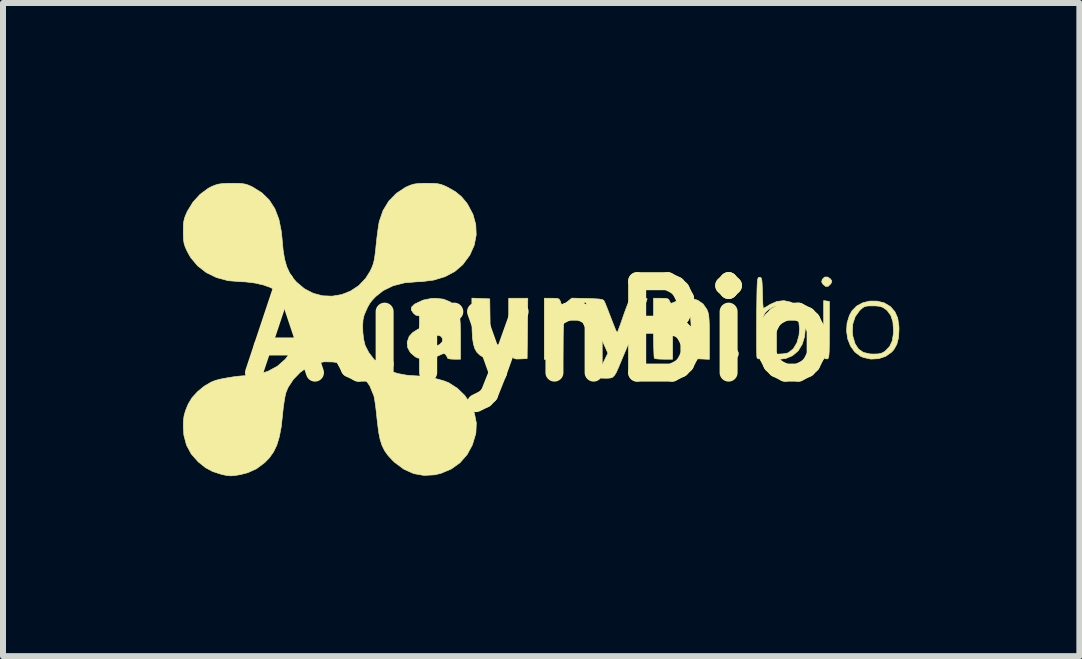
<source format=kicad_pcb>
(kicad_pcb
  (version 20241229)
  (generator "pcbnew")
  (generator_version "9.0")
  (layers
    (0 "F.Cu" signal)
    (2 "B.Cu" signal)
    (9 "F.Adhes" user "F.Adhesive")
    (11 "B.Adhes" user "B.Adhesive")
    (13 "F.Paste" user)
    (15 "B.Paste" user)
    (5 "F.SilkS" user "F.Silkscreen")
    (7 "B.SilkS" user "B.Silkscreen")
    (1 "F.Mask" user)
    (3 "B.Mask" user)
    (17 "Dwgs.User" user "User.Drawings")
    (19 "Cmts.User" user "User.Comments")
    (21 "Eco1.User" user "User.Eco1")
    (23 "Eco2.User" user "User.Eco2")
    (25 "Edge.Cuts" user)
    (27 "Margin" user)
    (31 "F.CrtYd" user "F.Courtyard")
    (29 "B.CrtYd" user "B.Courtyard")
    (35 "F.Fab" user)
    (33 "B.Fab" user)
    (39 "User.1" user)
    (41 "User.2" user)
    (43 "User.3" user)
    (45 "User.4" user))
  (footprint "AurynBio"
    (layer "F.Cu")
    (at 5.937 2.471)
    (property "Reference" "AurynBio" (at 0 0 0) (layer "F.SilkS") (effects (font (size 1.524 1.524) (thickness 0.3))))
    (attr through_hole)
    (fp_poly (pts (xy 4.854 -0.872) (xy 4.877 -0.84) (xy 4.871 -0.81) (xy 4.856 -0.787) (xy 4.814 -0.747) (xy 4.771 -0.749) (xy 4.732 -0.781) (xy 4.708 -0.821) (xy 4.717 -0.862) (xy 4.719 -0.866) (xy 4.758 -0.904) (xy 4.808 -0.904) (xy 4.854 -0.872)) (stroke (width 0.01) (type solid)) (fill yes) (layer "F.SilkS"))
    (fp_poly (pts (xy 3.264 0.3) (xy 3.304 0.322) (xy 3.32 0.363) (xy 3.314 0.41) (xy 3.287 0.449) (xy 3.242 0.466) (xy 3.24 0.466) (xy 3.194 0.451) (xy 3.179 0.44) (xy 3.155 0.393) (xy 3.164 0.346) (xy 3.2 0.31) (xy 3.255 0.299) (xy 3.264 0.3)) (stroke (width 0.01) (type solid)) (fill yes) (layer "F.SilkS"))
    (fp_poly (pts (xy 4.789 -0.504) (xy 4.837 -0.497) (xy 4.837 -0.021) (xy 4.836 0.134) (xy 4.835 0.253) (xy 4.833 0.339) (xy 4.829 0.398) (xy 4.823 0.434) (xy 4.815 0.454) (xy 4.804 0.461) (xy 4.804 0.461) (xy 4.766 0.458) (xy 4.756 0.452) (xy 4.752 0.428) (xy 4.748 0.367) (xy 4.745 0.276) (xy 4.743 0.162) (xy 4.741 0.031) (xy 4.741 -0.037) (xy 4.741 -0.511) (xy 4.789 -0.504)) (stroke (width 0.01) (type solid)) (fill yes) (layer "F.SilkS"))
    (fp_poly (pts (xy -0.824 -0.54) (xy -0.819 -0.186) (xy -0.817 -0.055) (xy -0.815 0.04) (xy -0.81 0.106) (xy -0.804 0.149) (xy -0.794 0.176) (xy -0.781 0.193) (xy -0.773 0.2) (xy -0.705 0.227) (xy -0.625 0.227) (xy -0.555 0.2) (xy -0.538 0.186) (xy -0.525 0.168) (xy -0.517 0.14) (xy -0.512 0.094) (xy -0.509 0.025) (xy -0.508 -0.075) (xy -0.508 -0.192) (xy -0.508 -0.55) (xy -0.19 -0.55) (xy -0.195 -0.048) (xy -0.201 0.455) (xy -0.311 0.461) (xy -0.38 0.463) (xy -0.42 0.453) (xy -0.445 0.43) (xy -0.449 0.424) (xy -0.479 0.396) (xy -0.516 0.381) (xy -0.544 0.384) (xy -0.55 0.398) (xy -0.57 0.424) (xy -0.62 0.443) (xy -0.69 0.456) (xy -0.77 0.46) (xy -0.848 0.455) (xy -0.913 0.441) (xy -0.933 0.432) (xy -0.993 0.394) (xy -1.039 0.349) (xy -1.073 0.29) (xy -1.097 0.211) (xy -1.112 0.108) (xy -1.119 -0.026) (xy -1.122 -0.196) (xy -1.122 -0.197) (xy -1.122 -0.552) (xy -0.824 -0.54)) (stroke (width 0.01) (type solid)) (fill yes) (layer "F.SilkS"))
    (fp_poly (pts (xy 2.103 -0.548) (xy 2.144 -0.54) (xy 2.164 -0.522) (xy 2.17 -0.508) (xy 2.187 -0.474) (xy 2.199 -0.466) (xy 2.226 -0.474) (xy 2.276 -0.496) (xy 2.302 -0.508) (xy 2.419 -0.545) (xy 2.535 -0.548) (xy 2.642 -0.517) (xy 2.73 -0.456) (xy 2.793 -0.367) (xy 2.809 -0.329) (xy 2.821 -0.288) (xy 2.828 -0.237) (xy 2.833 -0.167) (xy 2.836 -0.072) (xy 2.836 0.056) (xy 2.836 0.096) (xy 2.836 0.468) (xy 2.687 0.461) (xy 2.538 0.455) (xy 2.534 0.099) (xy 2.532 -0.032) (xy 2.53 -0.127) (xy 2.526 -0.193) (xy 2.519 -0.237) (xy 2.51 -0.265) (xy 2.496 -0.284) (xy 2.479 -0.298) (xy 2.424 -0.331) (xy 2.37 -0.333) (xy 2.304 -0.304) (xy 2.291 -0.297) (xy 2.223 -0.255) (xy 2.223 0.466) (xy 2.078 0.466) (xy 2.003 0.464) (xy 1.946 0.459) (xy 1.919 0.452) (xy 1.919 0.452) (xy 1.915 0.427) (xy 1.912 0.367) (xy 1.909 0.276) (xy 1.906 0.161) (xy 1.905 0.029) (xy 1.905 -0.056) (xy 1.905 -0.55) (xy 2.031 -0.55) (xy 2.103 -0.548)) (stroke (width 0.01) (type solid)) (fill yes) (layer "F.SilkS"))
    (fp_poly (pts (xy 5.633 -0.502) (xy 5.75 -0.473) (xy 5.851 -0.413) (xy 5.856 -0.409) (xy 5.929 -0.325) (xy 5.975 -0.221) (xy 5.995 -0.091) (xy 5.997 -0.032) (xy 5.989 0.107) (xy 5.961 0.216) (xy 5.912 0.304) (xy 5.873 0.348) (xy 5.775 0.418) (xy 5.657 0.457) (xy 5.53 0.464) (xy 5.404 0.437) (xy 5.355 0.416) (xy 5.26 0.345) (xy 5.189 0.246) (xy 5.142 0.128) (xy 5.126 0.018) (xy 5.219 0.018) (xy 5.228 0.085) (xy 5.265 0.209) (xy 5.322 0.297) (xy 5.404 0.353) (xy 5.513 0.378) (xy 5.565 0.38) (xy 5.647 0.378) (xy 5.705 0.366) (xy 5.753 0.341) (xy 5.771 0.327) (xy 5.841 0.254) (xy 5.885 0.159) (xy 5.904 0.035) (xy 5.905 -0.021) (xy 5.895 -0.157) (xy 5.861 -0.262) (xy 5.802 -0.343) (xy 5.771 -0.369) (xy 5.724 -0.4) (xy 5.673 -0.416) (xy 5.604 -0.423) (xy 5.56 -0.423) (xy 5.482 -0.422) (xy 5.432 -0.414) (xy 5.393 -0.393) (xy 5.35 -0.354) (xy 5.338 -0.342) (xy 5.266 -0.242) (xy 5.226 -0.119) (xy 5.219 0.018) (xy 5.126 0.018) (xy 5.123 -0.002) (xy 5.131 -0.135) (xy 5.17 -0.262) (xy 5.212 -0.339) (xy 5.291 -0.42) (xy 5.394 -0.475) (xy 5.511 -0.503) (xy 5.633 -0.502)) (stroke (width 0.01) (type solid)) (fill yes) (layer "F.SilkS"))
    (fp_poly (pts (xy -1.595 -0.535) (xy -1.485 -0.49) (xy -1.401 -0.412) (xy -1.345 -0.313) (xy -1.332 -0.269) (xy -1.322 -0.21) (xy -1.316 -0.126) (xy -1.313 -0.013) (xy -1.312 0.116) (xy -1.312 0.466) (xy -1.418 0.466) (xy -1.479 0.463) (xy -1.517 0.455) (xy -1.525 0.45) (xy -1.537 0.422) (xy -1.554 0.396) (xy -1.573 0.376) (xy -1.595 0.372) (xy -1.633 0.386) (xy -1.688 0.412) (xy -1.806 0.454) (xy -1.922 0.465) (xy -2.026 0.445) (xy -2.067 0.425) (xy -2.148 0.355) (xy -2.193 0.271) (xy -2.198 0.207) (xy -1.91 0.207) (xy -1.875 0.246) (xy -1.815 0.262) (xy -1.741 0.255) (xy -1.664 0.224) (xy -1.655 0.218) (xy -1.616 0.176) (xy -1.61 0.128) (xy -1.633 0.087) (xy -1.68 0.067) (xy -1.751 0.071) (xy -1.82 0.093) (xy -1.876 0.128) (xy -1.909 0.169) (xy -1.91 0.207) (xy -2.198 0.207) (xy -2.2 0.18) (xy -2.167 0.086) (xy -2.167 0.086) (xy -2.108 0.021) (xy -2.018 -0.035) (xy -1.907 -0.077) (xy -1.787 -0.102) (xy -1.719 -0.106) (xy -1.65 -0.114) (xy -1.615 -0.142) (xy -1.612 -0.195) (xy -1.618 -0.224) (xy -1.651 -0.277) (xy -1.699 -0.306) (xy -1.745 -0.321) (xy -1.788 -0.321) (xy -1.845 -0.305) (xy -1.873 -0.294) (xy -1.957 -0.266) (xy -2.014 -0.257) (xy -2.056 -0.267) (xy -2.093 -0.298) (xy -2.095 -0.3) (xy -2.132 -0.355) (xy -2.128 -0.402) (xy -2.084 -0.446) (xy -2.069 -0.456) (xy -1.935 -0.519) (xy -1.796 -0.547) (xy -1.733 -0.55) (xy -1.595 -0.535)) (stroke (width 0.01) (type solid)) (fill yes) (layer "F.SilkS"))
    (fp_poly (pts (xy 3.69 -0.897) (xy 3.702 -0.884) (xy 3.71 -0.855) (xy 3.715 -0.802) (xy 3.719 -0.718) (xy 3.721 -0.64) (xy 3.724 -0.541) (xy 3.727 -0.459) (xy 3.732 -0.403) (xy 3.736 -0.381) (xy 3.736 -0.381) (xy 3.757 -0.391) (xy 3.803 -0.418) (xy 3.845 -0.445) (xy 3.962 -0.497) (xy 4.079 -0.51) (xy 4.19 -0.486) (xy 4.288 -0.426) (xy 4.366 -0.333) (xy 4.38 -0.308) (xy 4.423 -0.185) (xy 4.436 -0.049) (xy 4.423 0.09) (xy 4.383 0.218) (xy 4.318 0.324) (xy 4.314 0.329) (xy 4.222 0.407) (xy 4.114 0.453) (xy 4 0.468) (xy 3.891 0.447) (xy 3.823 0.413) (xy 3.762 0.375) (xy 3.726 0.363) (xy 3.707 0.377) (xy 3.7 0.406) (xy 3.684 0.446) (xy 3.657 0.462) (xy 3.633 0.447) (xy 3.63 0.441) (xy 3.627 0.413) (xy 3.625 0.349) (xy 3.624 0.272) (xy 3.725 0.272) (xy 3.794 0.326) (xy 3.846 0.36) (xy 3.903 0.376) (xy 3.984 0.381) (xy 3.986 0.381) (xy 4.062 0.377) (xy 4.127 0.366) (xy 4.155 0.357) (xy 4.237 0.29) (xy 4.296 0.191) (xy 4.331 0.065) (xy 4.339 -0.046) (xy 4.323 -0.189) (xy 4.276 -0.303) (xy 4.231 -0.359) (xy 4.189 -0.396) (xy 4.148 -0.415) (xy 4.091 -0.422) (xy 4.039 -0.423) (xy 3.95 -0.418) (xy 3.886 -0.4) (xy 3.845 -0.376) (xy 3.798 -0.342) (xy 3.766 -0.309) (xy 3.745 -0.27) (xy 3.733 -0.215) (xy 3.728 -0.138) (xy 3.726 -0.028) (xy 3.726 0.004) (xy 3.725 0.272) (xy 3.624 0.272) (xy 3.624 0.253) (xy 3.623 0.13) (xy 3.623 -0.013) (xy 3.624 -0.171) (xy 3.624 -0.244) (xy 3.626 -0.427) (xy 3.628 -0.573) (xy 3.63 -0.685) (xy 3.633 -0.768) (xy 3.636 -0.827) (xy 3.641 -0.864) (xy 3.648 -0.886) (xy 3.656 -0.896) (xy 3.667 -0.899) (xy 3.672 -0.9) (xy 3.69 -0.897)) (stroke (width 0.01) (type solid)) (fill yes) (layer "F.SilkS"))
    (fp_poly (pts (xy 1.771 -0.55) (xy 1.798 -0.542) (xy 1.799 -0.54) (xy 1.791 -0.516) (xy 1.771 -0.462) (xy 1.74 -0.387) (xy 1.704 -0.3) (xy 1.666 -0.209) (xy 1.63 -0.123) (xy 1.598 -0.052) (xy 1.596 -0.047) (xy 1.569 0.015) (xy 1.55 0.059) (xy 1.545 0.074) (xy 1.537 0.097) (xy 1.516 0.146) (xy 1.494 0.195) (xy 1.463 0.267) (xy 1.423 0.361) (xy 1.381 0.461) (xy 1.366 0.497) (xy 1.32 0.608) (xy 1.285 0.686) (xy 1.254 0.737) (xy 1.224 0.766) (xy 1.187 0.779) (xy 1.139 0.783) (xy 1.101 0.783) (xy 1.033 0.781) (xy 0.984 0.774) (xy 0.967 0.767) (xy 0.972 0.743) (xy 0.992 0.689) (xy 1.024 0.616) (xy 1.051 0.558) (xy 1.145 0.365) (xy 1.089 0.241) (xy 1.067 0.192) (xy 1.048 0.151) (xy 1.03 0.11) (xy 1.008 0.062) (xy 0.98 -0.001) (xy 0.942 -0.086) (xy 0.891 -0.202) (xy 0.88 -0.228) (xy 0.841 -0.317) (xy 0.81 -0.392) (xy 0.789 -0.445) (xy 0.783 -0.466) (xy 0.767 -0.486) (xy 0.762 -0.487) (xy 0.742 -0.467) (xy 0.725 -0.407) (xy 0.715 -0.34) (xy 0.706 -0.31) (xy 0.681 -0.29) (xy 0.63 -0.274) (xy 0.587 -0.265) (xy 0.491 -0.235) (xy 0.428 -0.192) (xy 0.402 -0.139) (xy 0.402 -0.138) (xy 0.401 -0.11) (xy 0.4 -0.048) (xy 0.398 0.039) (xy 0.396 0.143) (xy 0.396 0.169) (xy 0.392 0.455) (xy 0.238 0.461) (xy 0.085 0.468) (xy 0.085 -0.55) (xy 0.21 -0.55) (xy 0.28 -0.549) (xy 0.32 -0.542) (xy 0.341 -0.523) (xy 0.357 -0.487) (xy 0.357 -0.485) (xy 0.38 -0.42) (xy 0.462 -0.486) (xy 0.543 -0.552) (xy 0.804 -0.546) (xy 0.918 -0.542) (xy 0.997 -0.537) (xy 1.047 -0.529) (xy 1.073 -0.517) (xy 1.08 -0.508) (xy 1.091 -0.486) (xy 1.103 -0.459) (xy 1.118 -0.421) (xy 1.14 -0.367) (xy 1.169 -0.291) (xy 1.209 -0.188) (xy 1.262 -0.053) (xy 1.273 -0.024) (xy 1.291 0.01) (xy 1.303 0.017) (xy 1.313 -0.006) (xy 1.334 -0.061) (xy 1.363 -0.14) (xy 1.396 -0.236) (xy 1.399 -0.246) (xy 1.434 -0.344) (xy 1.466 -0.429) (xy 1.491 -0.491) (xy 1.507 -0.523) (xy 1.507 -0.524) (xy 1.535 -0.535) (xy 1.587 -0.544) (xy 1.653 -0.55) (xy 1.719 -0.552) (xy 1.771 -0.55)) (stroke (width 0.01) (type solid)) (fill yes) (layer "F.SilkS"))
    (fp_poly (pts (xy -1.772 -2.465) (xy -1.699 -2.46) (xy -1.641 -2.448) (xy -1.584 -2.427) (xy -1.522 -2.398) (xy -1.395 -2.325) (xy -1.296 -2.243) (xy -1.209 -2.139) (xy -1.192 -2.114) (xy -1.104 -1.949) (xy -1.057 -1.778) (xy -1.05 -1.605) (xy -1.083 -1.434) (xy -1.156 -1.27) (xy -1.269 -1.117) (xy -1.274 -1.11) (xy -1.407 -0.996) (xy -1.569 -0.91) (xy -1.757 -0.853) (xy -1.967 -0.826) (xy -2.032 -0.825) (xy -2.245 -0.807) (xy -2.436 -0.758) (xy -2.6 -0.678) (xy -2.726 -0.578) (xy -2.782 -0.519) (xy -2.824 -0.464) (xy -2.861 -0.399) (xy -2.9 -0.311) (xy -2.918 -0.269) (xy -2.936 -0.193) (xy -2.943 -0.091) (xy -2.939 0.023) (xy -2.926 0.135) (xy -2.903 0.23) (xy -2.899 0.242) (xy -2.842 0.352) (xy -2.759 0.463) (xy -2.66 0.561) (xy -2.574 0.624) (xy -2.473 0.67) (xy -2.346 0.707) (xy -2.211 0.732) (xy -2.095 0.741) (xy -1.973 0.748) (xy -1.838 0.767) (xy -1.704 0.794) (xy -1.586 0.828) (xy -1.511 0.857) (xy -1.365 0.95) (xy -1.241 1.07) (xy -1.145 1.211) (xy -1.08 1.366) (xy -1.048 1.529) (xy -1.055 1.691) (xy -1.058 1.709) (xy -1.114 1.895) (xy -1.202 2.057) (xy -1.321 2.192) (xy -1.466 2.296) (xy -1.637 2.368) (xy -1.742 2.393) (xy -1.92 2.403) (xy -2.091 2.373) (xy -2.253 2.301) (xy -2.406 2.188) (xy -2.447 2.149) (xy -2.519 2.071) (xy -2.575 1.993) (xy -2.618 1.907) (xy -2.651 1.806) (xy -2.676 1.681) (xy -2.696 1.524) (xy -2.703 1.46) (xy -2.715 1.344) (xy -2.728 1.237) (xy -2.741 1.149) (xy -2.752 1.09) (xy -2.754 1.079) (xy -2.824 0.909) (xy -2.928 0.762) (xy -3.061 0.643) (xy -3.17 0.578) (xy -3.293 0.535) (xy -3.436 0.512) (xy -3.58 0.509) (xy -3.709 0.53) (xy -3.714 0.531) (xy -3.854 0.592) (xy -3.985 0.686) (xy -4.099 0.804) (xy -4.185 0.936) (xy -4.221 1.022) (xy -4.236 1.086) (xy -4.252 1.18) (xy -4.267 1.289) (xy -4.277 1.384) (xy -4.299 1.589) (xy -4.331 1.758) (xy -4.373 1.898) (xy -4.429 2.014) (xy -4.501 2.114) (xy -4.576 2.19) (xy -4.712 2.292) (xy -4.861 2.359) (xy -4.984 2.39) (xy -5.075 2.405) (xy -5.143 2.41) (xy -5.208 2.404) (xy -5.288 2.387) (xy -5.302 2.383) (xy -5.442 2.338) (xy -5.562 2.274) (xy -5.68 2.179) (xy -5.681 2.179) (xy -5.799 2.046) (xy -5.879 1.897) (xy -5.923 1.729) (xy -5.932 1.587) (xy -5.93 1.489) (xy -5.919 1.408) (xy -5.897 1.329) (xy -5.859 1.234) (xy -5.847 1.208) (xy -5.785 1.106) (xy -5.692 1.005) (xy -5.582 0.915) (xy -5.464 0.846) (xy -5.397 0.82) (xy -5.319 0.799) (xy -5.214 0.779) (xy -5.099 0.76) (xy -4.991 0.747) (xy -4.906 0.741) (xy -4.896 0.741) (xy -4.701 0.722) (xy -4.522 0.668) (xy -4.363 0.582) (xy -4.23 0.465) (xy -4.125 0.32) (xy -4.104 0.28) (xy -4.08 0.224) (xy -4.065 0.167) (xy -4.057 0.095) (xy -4.054 -0.003) (xy -4.054 -0.032) (xy -4.055 -0.135) (xy -4.061 -0.21) (xy -4.073 -0.269) (xy -4.093 -0.326) (xy -4.109 -0.361) (xy -4.185 -0.483) (xy -4.288 -0.597) (xy -4.406 -0.689) (xy -4.475 -0.728) (xy -4.596 -0.771) (xy -4.741 -0.804) (xy -4.894 -0.823) (xy -4.976 -0.826) (xy -5.186 -0.843) (xy -5.378 -0.895) (xy -5.549 -0.978) (xy -5.695 -1.092) (xy -5.812 -1.233) (xy -5.867 -1.332) (xy -5.9 -1.404) (xy -5.919 -1.465) (xy -5.929 -1.531) (xy -5.932 -1.618) (xy -5.932 -1.662) (xy -5.931 -1.76) (xy -5.924 -1.832) (xy -5.909 -1.893) (xy -5.882 -1.96) (xy -5.863 -2.001) (xy -5.772 -2.15) (xy -5.654 -2.28) (xy -5.518 -2.381) (xy -5.462 -2.411) (xy -5.401 -2.436) (xy -5.345 -2.452) (xy -5.28 -2.461) (xy -5.193 -2.465) (xy -5.122 -2.465) (xy -5.019 -2.465) (xy -4.945 -2.46) (xy -4.889 -2.45) (xy -4.837 -2.432) (xy -4.777 -2.404) (xy -4.774 -2.402) (xy -4.622 -2.307) (xy -4.5 -2.188) (xy -4.406 -2.042) (xy -4.339 -1.868) (xy -4.298 -1.663) (xy -4.285 -1.535) (xy -4.268 -1.35) (xy -4.243 -1.199) (xy -4.207 -1.074) (xy -4.158 -0.968) (xy -4.092 -0.873) (xy -4.045 -0.819) (xy -3.913 -0.708) (xy -3.766 -0.632) (xy -3.61 -0.591) (xy -3.451 -0.585) (xy -3.293 -0.611) (xy -3.144 -0.67) (xy -3.008 -0.76) (xy -2.893 -0.881) (xy -2.817 -1.001) (xy -2.788 -1.063) (xy -2.766 -1.121) (xy -2.75 -1.185) (xy -2.737 -1.267) (xy -2.724 -1.376) (xy -2.719 -1.432) (xy -2.706 -1.55) (xy -2.692 -1.662) (xy -2.678 -1.757) (xy -2.667 -1.824) (xy -2.665 -1.831) (xy -2.603 -2.011) (xy -2.507 -2.169) (xy -2.38 -2.299) (xy -2.226 -2.4) (xy -2.206 -2.409) (xy -2.143 -2.436) (xy -2.085 -2.453) (xy -2.02 -2.462) (xy -1.932 -2.466) (xy -1.873 -2.466) (xy -1.772 -2.465)) (stroke (width 0.01) (type solid)) (fill yes) (layer "F.SilkS")))
  (gr_rect
    (start -3 -3)
    (end 14.94 7.886)
    (stroke (width 0.1) (type default))
    (fill no)
    (layer "Edge.Cuts")))
</source>
